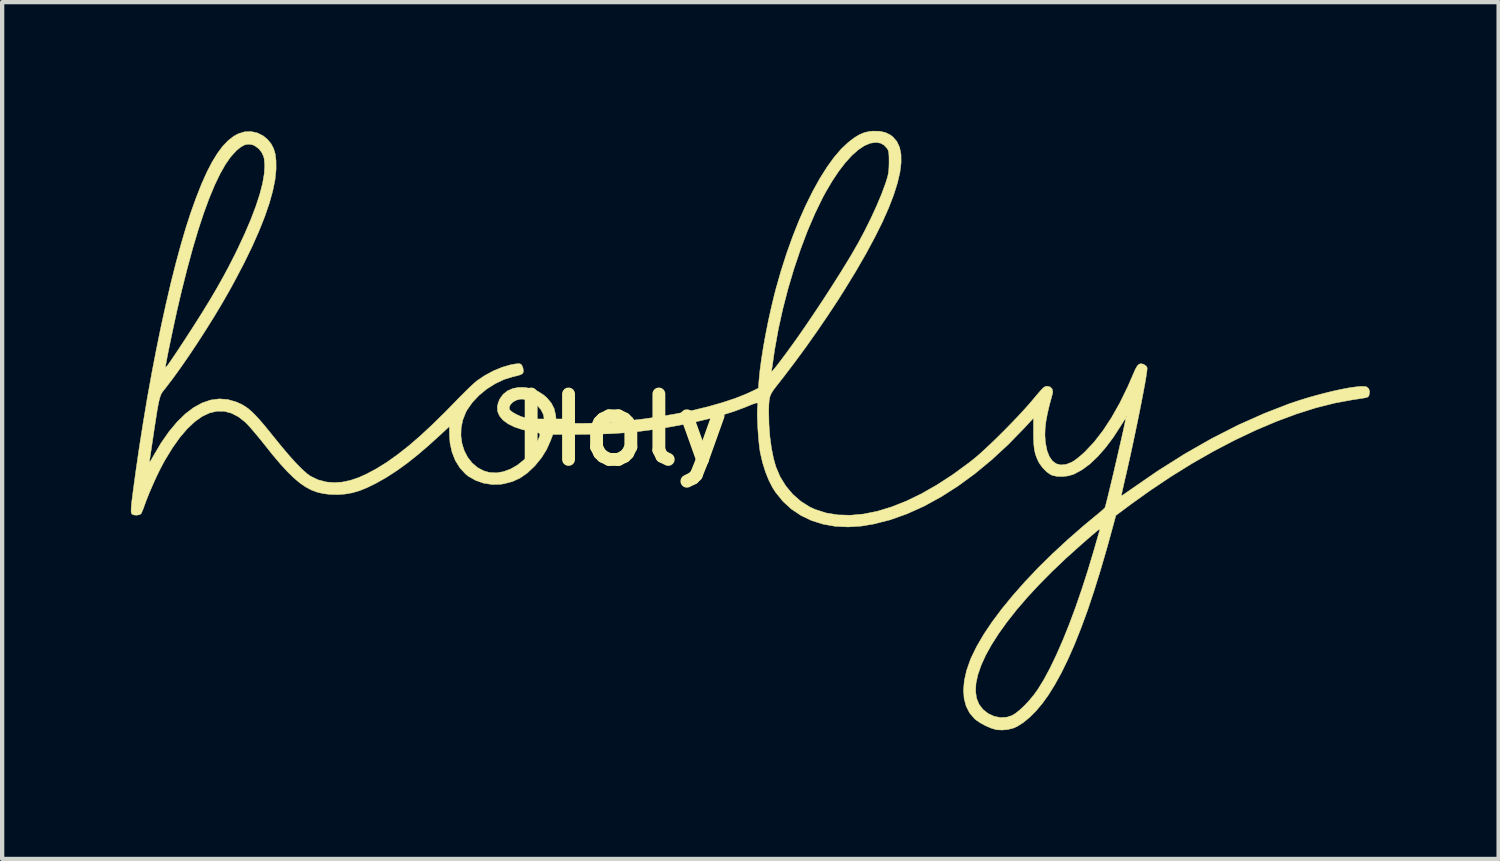
<source format=kicad_pcb>
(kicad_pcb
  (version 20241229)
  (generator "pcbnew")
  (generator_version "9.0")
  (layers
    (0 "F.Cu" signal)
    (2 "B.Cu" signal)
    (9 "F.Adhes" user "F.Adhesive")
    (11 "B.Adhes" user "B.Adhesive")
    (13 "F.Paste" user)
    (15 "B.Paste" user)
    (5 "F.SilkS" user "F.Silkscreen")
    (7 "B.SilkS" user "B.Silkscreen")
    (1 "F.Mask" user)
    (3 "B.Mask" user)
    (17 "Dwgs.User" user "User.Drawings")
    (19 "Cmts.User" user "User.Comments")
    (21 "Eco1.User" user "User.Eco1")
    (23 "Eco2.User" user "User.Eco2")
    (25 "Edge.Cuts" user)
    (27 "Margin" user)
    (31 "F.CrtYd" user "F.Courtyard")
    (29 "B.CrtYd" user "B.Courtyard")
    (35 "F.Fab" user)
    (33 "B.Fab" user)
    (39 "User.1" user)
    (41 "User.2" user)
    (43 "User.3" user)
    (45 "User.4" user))
  (footprint "Holy"
    (layer "F.Cu")
    (at 11.431 6.965)
    (property "Reference" "Holy" (at 0 0 0) (layer "F.SilkS") (effects (font (size 1.524 1.524) (thickness 0.3))))
    (attr through_hole)
    (fp_poly (pts (xy 6.016 -6.957) (xy 6.151 -6.927) (xy 6.266 -6.87) (xy 6.323 -6.826) (xy 6.416 -6.719) (xy 6.48 -6.582) (xy 6.513 -6.417) (xy 6.515 -6.223) (xy 6.488 -6.002) (xy 6.43 -5.753) (xy 6.343 -5.476) (xy 6.226 -5.173) (xy 6.08 -4.844) (xy 5.903 -4.488) (xy 5.698 -4.107) (xy 5.463 -3.7) (xy 5.199 -3.268) (xy 5.053 -3.037) (xy 4.817 -2.678) (xy 4.565 -2.309) (xy 4.305 -1.94) (xy 4.043 -1.583) (xy 3.788 -1.247) (xy 3.665 -1.09) (xy 3.584 -0.987) (xy 3.524 -0.905) (xy 3.483 -0.834) (xy 3.456 -0.764) (xy 3.441 -0.685) (xy 3.434 -0.588) (xy 3.431 -0.462) (xy 3.431 -0.402) (xy 3.437 -0.117) (xy 3.458 0.162) (xy 3.494 0.426) (xy 3.542 0.666) (xy 3.596 0.858) (xy 3.696 1.094) (xy 3.83 1.31) (xy 3.992 1.503) (xy 4.18 1.667) (xy 4.388 1.798) (xy 4.51 1.854) (xy 4.768 1.937) (xy 5.043 1.982) (xy 5.335 1.99) (xy 5.641 1.962) (xy 5.962 1.897) (xy 6.294 1.796) (xy 6.637 1.66) (xy 6.99 1.489) (xy 7.351 1.283) (xy 7.719 1.044) (xy 8.093 0.77) (xy 8.204 0.683) (xy 8.312 0.593) (xy 8.442 0.476) (xy 8.589 0.338) (xy 8.747 0.186) (xy 8.91 0.024) (xy 9.072 -0.141) (xy 9.229 -0.305) (xy 9.374 -0.461) (xy 9.502 -0.604) (xy 9.587 -0.704) (xy 9.678 -0.813) (xy 9.747 -0.893) (xy 9.798 -0.949) (xy 9.836 -0.985) (xy 9.866 -1.005) (xy 9.892 -1.014) (xy 9.918 -1.016) (xy 9.99 -0.999) (xy 10.034 -0.953) (xy 10.049 -0.883) (xy 10.039 -0.829) (xy 9.973 -0.587) (xy 9.924 -0.378) (xy 9.89 -0.195) (xy 9.871 -0.031) (xy 9.866 0.12) (xy 9.875 0.263) (xy 9.881 0.312) (xy 9.916 0.487) (xy 9.97 0.625) (xy 10.043 0.727) (xy 10.132 0.792) (xy 10.238 0.818) (xy 10.358 0.806) (xy 10.491 0.754) (xy 10.505 0.747) (xy 10.565 0.708) (xy 10.644 0.648) (xy 10.731 0.574) (xy 10.803 0.508) (xy 11.014 0.283) (xy 11.22 0.017) (xy 11.42 -0.288) (xy 11.431 -0.307) (xy 11.748 -0.307) (xy 11.758 -0.296) (xy 11.769 -0.307) (xy 11.758 -0.318) (xy 11.748 -0.307) (xy 11.431 -0.307) (xy 11.613 -0.631) (xy 11.798 -1.009) (xy 11.928 -1.309) (xy 11.976 -1.418) (xy 12.018 -1.489) (xy 12.058 -1.529) (xy 12.103 -1.541) (xy 12.156 -1.53) (xy 12.17 -1.524) (xy 12.224 -1.487) (xy 12.248 -1.446) (xy 12.247 -1.41) (xy 12.238 -1.337) (xy 12.222 -1.23) (xy 12.199 -1.093) (xy 12.169 -0.931) (xy 12.134 -0.748) (xy 12.095 -0.547) (xy 12.052 -0.332) (xy 12.006 -0.108) (xy 11.958 0.123) (xy 11.909 0.355) (xy 11.859 0.585) (xy 11.809 0.808) (xy 11.761 1.022) (xy 11.735 1.13) (xy 11.707 1.254) (xy 11.682 1.363) (xy 11.663 1.451) (xy 11.651 1.511) (xy 11.647 1.537) (xy 11.648 1.537) (xy 11.666 1.528) (xy 11.712 1.499) (xy 11.778 1.453) (xy 11.858 1.397) (xy 11.858 1.397) (xy 12.495 0.958) (xy 13.126 0.56) (xy 13.751 0.204) (xy 14.371 -0.112) (xy 14.987 -0.386) (xy 15.552 -0.605) (xy 15.753 -0.673) (xy 15.96 -0.738) (xy 16.17 -0.798) (xy 16.378 -0.853) (xy 16.578 -0.902) (xy 16.766 -0.943) (xy 16.938 -0.976) (xy 17.089 -0.998) (xy 17.213 -1.011) (xy 17.307 -1.012) (xy 17.364 -1) (xy 17.412 -0.957) (xy 17.432 -0.892) (xy 17.421 -0.817) (xy 17.421 -0.816) (xy 17.412 -0.793) (xy 17.402 -0.776) (xy 17.385 -0.763) (xy 17.355 -0.752) (xy 17.305 -0.742) (xy 17.229 -0.729) (xy 17.121 -0.713) (xy 17.038 -0.701) (xy 16.622 -0.624) (xy 16.184 -0.514) (xy 15.729 -0.37) (xy 15.26 -0.196) (xy 14.779 0.008) (xy 14.289 0.24) (xy 13.794 0.499) (xy 13.296 0.783) (xy 12.798 1.092) (xy 12.304 1.423) (xy 11.863 1.739) (xy 11.518 1.996) (xy 11.472 2.168) (xy 11.316 2.737) (xy 11.162 3.266) (xy 11.01 3.755) (xy 10.859 4.206) (xy 10.707 4.62) (xy 10.556 4.999) (xy 10.404 5.345) (xy 10.251 5.658) (xy 10.096 5.939) (xy 9.948 6.177) (xy 9.808 6.372) (xy 9.661 6.547) (xy 9.511 6.698) (xy 9.362 6.821) (xy 9.219 6.911) (xy 9.126 6.952) (xy 9.007 6.982) (xy 8.874 6.995) (xy 8.751 6.989) (xy 8.722 6.984) (xy 8.612 6.951) (xy 8.488 6.897) (xy 8.366 6.832) (xy 8.262 6.762) (xy 8.225 6.73) (xy 8.111 6.597) (xy 8.031 6.44) (xy 7.983 6.261) (xy 7.971 6.09) (xy 8.25 6.09) (xy 8.273 6.252) (xy 8.33 6.394) (xy 8.421 6.514) (xy 8.545 6.612) (xy 8.684 6.676) (xy 8.83 6.704) (xy 8.977 6.696) (xy 9.101 6.656) (xy 9.186 6.603) (xy 9.287 6.522) (xy 9.396 6.419) (xy 9.506 6.3) (xy 9.611 6.173) (xy 9.703 6.045) (xy 9.704 6.043) (xy 9.844 5.815) (xy 9.987 5.548) (xy 10.133 5.244) (xy 10.281 4.907) (xy 10.429 4.54) (xy 10.576 4.146) (xy 10.721 3.727) (xy 10.863 3.287) (xy 11.001 2.828) (xy 11.017 2.773) (xy 11.053 2.646) (xy 11.086 2.532) (xy 11.113 2.438) (xy 11.133 2.37) (xy 11.144 2.335) (xy 11.145 2.333) (xy 11.147 2.32) (xy 11.14 2.317) (xy 11.12 2.328) (xy 11.084 2.354) (xy 11.03 2.399) (xy 10.953 2.464) (xy 10.852 2.551) (xy 10.722 2.665) (xy 10.707 2.678) (xy 10.356 2.993) (xy 10.029 3.304) (xy 9.727 3.61) (xy 9.451 3.908) (xy 9.201 4.199) (xy 8.979 4.481) (xy 8.785 4.752) (xy 8.619 5.012) (xy 8.483 5.258) (xy 8.378 5.491) (xy 8.303 5.708) (xy 8.26 5.908) (xy 8.25 6.09) (xy 7.971 6.09) (xy 7.969 6.061) (xy 7.988 5.843) (xy 8.04 5.61) (xy 8.126 5.364) (xy 8.149 5.308) (xy 8.277 5.046) (xy 8.44 4.767) (xy 8.636 4.475) (xy 8.864 4.17) (xy 9.121 3.857) (xy 9.404 3.537) (xy 9.712 3.212) (xy 10.043 2.887) (xy 10.394 2.562) (xy 10.762 2.24) (xy 11.039 2.011) (xy 11.12 1.945) (xy 11.189 1.886) (xy 11.239 1.84) (xy 11.263 1.815) (xy 11.264 1.814) (xy 11.274 1.785) (xy 11.291 1.719) (xy 11.316 1.623) (xy 11.346 1.5) (xy 11.381 1.355) (xy 11.42 1.194) (xy 11.461 1.021) (xy 11.503 0.841) (xy 11.545 0.66) (xy 11.586 0.481) (xy 11.625 0.311) (xy 11.661 0.154) (xy 11.692 0.015) (xy 11.717 -0.101) (xy 11.735 -0.189) (xy 11.746 -0.244) (xy 11.748 -0.26) (xy 11.737 -0.252) (xy 11.71 -0.215) (xy 11.671 -0.154) (xy 11.636 -0.098) (xy 11.459 0.175) (xy 11.277 0.417) (xy 11.094 0.625) (xy 10.911 0.798) (xy 10.73 0.932) (xy 10.553 1.027) (xy 10.523 1.04) (xy 10.4 1.074) (xy 10.268 1.089) (xy 10.142 1.084) (xy 10.034 1.059) (xy 10 1.044) (xy 9.906 0.978) (xy 9.814 0.885) (xy 9.738 0.781) (xy 9.718 0.746) (xy 9.674 0.651) (xy 9.642 0.559) (xy 9.62 0.458) (xy 9.607 0.341) (xy 9.6 0.198) (xy 9.599 0.07) (xy 9.599 -0.273) (xy 9.389 -0.046) (xy 9.009 0.344) (xy 8.622 0.701) (xy 8.231 1.024) (xy 7.837 1.312) (xy 7.442 1.564) (xy 7.047 1.78) (xy 6.654 1.957) (xy 6.265 2.096) (xy 5.88 2.194) (xy 5.589 2.243) (xy 5.277 2.263) (xy 4.977 2.248) (xy 4.693 2.197) (xy 4.427 2.113) (xy 4.181 1.995) (xy 3.957 1.845) (xy 3.76 1.665) (xy 3.59 1.454) (xy 3.522 1.349) (xy 3.433 1.176) (xy 3.353 0.976) (xy 3.286 0.76) (xy 3.236 0.542) (xy 3.228 0.501) (xy 3.213 0.393) (xy 3.199 0.261) (xy 3.187 0.113) (xy 3.176 -0.04) (xy 3.169 -0.189) (xy 3.164 -0.325) (xy 3.164 -0.438) (xy 3.168 -0.52) (xy 3.168 -0.527) (xy 3.174 -0.573) (xy 3.176 -0.605) (xy 3.169 -0.623) (xy 3.148 -0.627) (xy 3.106 -0.616) (xy 3.038 -0.591) (xy 2.94 -0.551) (xy 2.861 -0.519) (xy 2.62 -0.429) (xy 2.342 -0.342) (xy 2.034 -0.258) (xy 1.703 -0.179) (xy 1.354 -0.108) (xy 1.111 -0.064) (xy 0.758 -0.008) (xy 0.42 0.036) (xy 0.086 0.068) (xy -0.255 0.09) (xy -0.615 0.102) (xy -0.993 0.106) (xy -1.598 0.106) (xy -1.656 0.26) (xy -1.747 0.463) (xy -1.863 0.649) (xy -2.011 0.83) (xy -2.035 0.855) (xy -2.198 1.009) (xy -2.364 1.124) (xy -2.541 1.205) (xy -2.735 1.256) (xy -2.818 1.269) (xy -3.015 1.274) (xy -3.212 1.243) (xy -3.399 1.178) (xy -3.567 1.082) (xy -3.634 1.029) (xy -3.765 0.887) (xy -3.871 0.716) (xy -3.948 0.522) (xy -3.995 0.311) (xy -4.008 0.135) (xy -4.011 -0.079) (xy -4.218 0.114) (xy -4.495 0.365) (xy -4.752 0.585) (xy -4.994 0.777) (xy -5.225 0.944) (xy -5.45 1.09) (xy -5.507 1.125) (xy -5.728 1.249) (xy -5.925 1.346) (xy -6.105 1.419) (xy -6.275 1.468) (xy -6.442 1.497) (xy -6.612 1.509) (xy -6.625 1.509) (xy -6.79 1.505) (xy -6.942 1.487) (xy -7.086 1.454) (xy -7.224 1.403) (xy -7.359 1.331) (xy -7.496 1.237) (xy -7.638 1.117) (xy -7.787 0.971) (xy -7.949 0.794) (xy -8.125 0.586) (xy -8.299 0.368) (xy -8.398 0.244) (xy -8.496 0.125) (xy -8.588 0.016) (xy -8.668 -0.076) (xy -8.732 -0.145) (xy -8.762 -0.175) (xy -8.924 -0.303) (xy -9.089 -0.388) (xy -9.256 -0.432) (xy -9.425 -0.434) (xy -9.596 -0.394) (xy -9.768 -0.314) (xy -9.941 -0.191) (xy -10.115 -0.028) (xy -10.289 0.175) (xy -10.463 0.42) (xy -10.637 0.705) (xy -10.676 0.775) (xy -10.755 0.926) (xy -10.84 1.101) (xy -10.924 1.287) (xy -11.003 1.47) (xy -11.07 1.639) (xy -11.108 1.741) (xy -11.138 1.827) (xy -11.168 1.899) (xy -11.19 1.947) (xy -11.197 1.958) (xy -11.238 1.98) (xy -11.299 1.989) (xy -11.361 1.984) (xy -11.404 1.965) (xy -11.405 1.964) (xy -11.415 1.95) (xy -11.422 1.929) (xy -11.426 1.898) (xy -11.426 1.852) (xy -11.422 1.788) (xy -11.414 1.701) (xy -11.4 1.588) (xy -11.382 1.446) (xy -11.358 1.27) (xy -11.329 1.056) (xy -11.325 1.024) (xy -11.239 0.43) (xy -11.146 -0.16) (xy -11.049 -0.742) (xy -10.946 -1.312) (xy -10.917 -1.464) (xy -10.626 -1.464) (xy -10.622 -1.456) (xy -10.61 -1.464) (xy -10.587 -1.489) (xy -10.552 -1.536) (xy -10.503 -1.606) (xy -10.438 -1.702) (xy -10.354 -1.827) (xy -10.251 -1.984) (xy -10.191 -2.074) (xy -9.973 -2.411) (xy -9.777 -2.72) (xy -9.6 -3.008) (xy -9.439 -3.281) (xy -9.29 -3.545) (xy -9.15 -3.806) (xy -9.015 -4.07) (xy -8.942 -4.219) (xy -8.776 -4.575) (xy -8.634 -4.907) (xy -8.518 -5.214) (xy -8.427 -5.493) (xy -8.362 -5.745) (xy -8.324 -5.968) (xy -8.312 -6.161) (xy -8.327 -6.323) (xy -8.339 -6.37) (xy -8.384 -6.467) (xy -8.456 -6.554) (xy -8.545 -6.619) (xy -8.604 -6.644) (xy -8.692 -6.656) (xy -8.776 -6.641) (xy -8.863 -6.595) (xy -8.962 -6.516) (xy -8.98 -6.499) (xy -9.105 -6.361) (xy -9.23 -6.182) (xy -9.355 -5.961) (xy -9.481 -5.699) (xy -9.607 -5.395) (xy -9.734 -5.049) (xy -9.862 -4.661) (xy -9.99 -4.231) (xy -10.118 -3.759) (xy -10.248 -3.245) (xy -10.329 -2.9) (xy -10.36 -2.766) (xy -10.393 -2.615) (xy -10.428 -2.454) (xy -10.463 -2.289) (xy -10.498 -2.124) (xy -10.531 -1.965) (xy -10.561 -1.819) (xy -10.586 -1.69) (xy -10.606 -1.585) (xy -10.62 -1.509) (xy -10.626 -1.467) (xy -10.626 -1.464) (xy -10.917 -1.464) (xy -10.839 -1.868) (xy -10.729 -2.405) (xy -10.616 -2.921) (xy -10.502 -3.411) (xy -10.386 -3.873) (xy -10.269 -4.303) (xy -10.153 -4.698) (xy -10.038 -5.054) (xy -10.036 -5.059) (xy -9.909 -5.413) (xy -9.785 -5.727) (xy -9.662 -6.002) (xy -9.54 -6.238) (xy -9.417 -6.439) (xy -9.294 -6.605) (xy -9.168 -6.737) (xy -9.039 -6.838) (xy -8.933 -6.897) (xy -8.784 -6.944) (xy -8.632 -6.95) (xy -8.484 -6.918) (xy -8.346 -6.848) (xy -8.251 -6.77) (xy -8.167 -6.669) (xy -8.106 -6.555) (xy -8.067 -6.423) (xy -8.049 -6.266) (xy -8.048 -6.076) (xy -8.049 -6.056) (xy -8.073 -5.826) (xy -8.126 -5.566) (xy -8.206 -5.279) (xy -8.314 -4.965) (xy -8.449 -4.626) (xy -8.61 -4.264) (xy -8.797 -3.88) (xy -9.009 -3.476) (xy -9.133 -3.249) (xy -9.304 -2.951) (xy -9.488 -2.644) (xy -9.681 -2.335) (xy -9.878 -2.029) (xy -10.075 -1.733) (xy -10.269 -1.453) (xy -10.454 -1.197) (xy -10.627 -0.97) (xy -10.684 -0.898) (xy -10.706 -0.869) (xy -10.725 -0.835) (xy -10.743 -0.792) (xy -10.76 -0.737) (xy -10.778 -0.666) (xy -10.797 -0.574) (xy -10.818 -0.457) (xy -10.841 -0.311) (xy -10.869 -0.132) (xy -10.902 0.083) (xy -10.91 0.141) (xy -10.932 0.287) (xy -10.952 0.422) (xy -10.97 0.541) (xy -10.984 0.635) (xy -10.993 0.699) (xy -10.997 0.72) (xy -10.999 0.748) (xy -10.991 0.748) (xy -10.97 0.719) (xy -10.933 0.657) (xy -10.909 0.614) (xy -10.729 0.309) (xy -10.544 0.043) (xy -10.354 -0.184) (xy -10.162 -0.372) (xy -9.967 -0.52) (xy -9.77 -0.627) (xy -9.571 -0.695) (xy -9.372 -0.721) (xy -9.173 -0.706) (xy -8.974 -0.649) (xy -8.845 -0.59) (xy -8.77 -0.545) (xy -8.695 -0.492) (xy -8.617 -0.425) (xy -8.532 -0.341) (xy -8.436 -0.237) (xy -8.325 -0.108) (xy -8.196 0.05) (xy -8.104 0.164) (xy -7.909 0.404) (xy -7.734 0.61) (xy -7.578 0.782) (xy -7.443 0.919) (xy -7.328 1.021) (xy -7.25 1.078) (xy -7.071 1.165) (xy -6.873 1.216) (xy -6.689 1.23) (xy -6.504 1.217) (xy -6.318 1.178) (xy -6.121 1.111) (xy -5.937 1.028) (xy -5.704 0.903) (xy -5.464 0.753) (xy -5.216 0.577) (xy -4.957 0.373) (xy -4.685 0.138) (xy -4.398 -0.129) (xy -4.093 -0.429) (xy -3.905 -0.622) (xy -3.791 -0.739) (xy -3.679 -0.851) (xy -3.575 -0.954) (xy -3.483 -1.041) (xy -3.41 -1.108) (xy -3.365 -1.145) (xy -3.183 -1.267) (xy -2.986 -1.373) (xy -2.783 -1.457) (xy -2.588 -1.514) (xy -2.473 -1.535) (xy -2.404 -1.541) (xy -2.363 -1.538) (xy -2.337 -1.522) (xy -2.32 -1.5) (xy -2.296 -1.443) (xy -2.286 -1.381) (xy -2.289 -1.342) (xy -2.304 -1.313) (xy -2.337 -1.291) (xy -2.396 -1.27) (xy -2.487 -1.247) (xy -2.527 -1.238) (xy -2.737 -1.173) (xy -2.944 -1.075) (xy -3.141 -0.95) (xy -3.32 -0.803) (xy -3.474 -0.64) (xy -3.596 -0.466) (xy -3.628 -0.408) (xy -3.699 -0.227) (xy -3.736 -0.043) (xy -3.741 0.141) (xy -3.716 0.32) (xy -3.663 0.488) (xy -3.584 0.64) (xy -3.48 0.772) (xy -3.354 0.88) (xy -3.207 0.957) (xy -3.079 0.993) (xy -2.916 1.003) (xy -2.748 0.974) (xy -2.581 0.912) (xy -2.419 0.818) (xy -2.267 0.695) (xy -2.132 0.549) (xy -2.018 0.38) (xy -1.971 0.289) (xy -1.927 0.196) (xy -1.903 0.134) (xy -1.902 0.096) (xy -1.93 0.073) (xy -1.989 0.057) (xy -2.085 0.041) (xy -2.105 0.038) (xy -2.313 -0.006) (xy -2.493 -0.066) (xy -2.643 -0.14) (xy -2.76 -0.226) (xy -2.842 -0.323) (xy -2.887 -0.428) (xy -2.892 -0.533) (xy -2.614 -0.533) (xy -2.612 -0.478) (xy -2.582 -0.443) (xy -2.523 -0.4) (xy -2.443 -0.356) (xy -2.353 -0.315) (xy -2.328 -0.306) (xy -2.273 -0.289) (xy -2.189 -0.268) (xy -2.09 -0.245) (xy -1.986 -0.223) (xy -1.892 -0.205) (xy -1.82 -0.193) (xy -1.815 -0.192) (xy -1.803 -0.209) (xy -1.799 -0.238) (xy -1.82 -0.356) (xy -1.875 -0.467) (xy -1.959 -0.565) (xy -2.063 -0.643) (xy -2.182 -0.695) (xy -2.307 -0.716) (xy -2.365 -0.714) (xy -2.452 -0.691) (xy -2.527 -0.649) (xy -2.584 -0.594) (xy -2.614 -0.533) (xy -2.892 -0.533) (xy -2.892 -0.54) (xy -2.892 -0.541) (xy -2.874 -0.623) (xy -2.844 -0.704) (xy -2.838 -0.716) (xy -2.76 -0.826) (xy -2.655 -0.909) (xy -2.531 -0.963) (xy -2.392 -0.989) (xy -2.245 -0.987) (xy -2.095 -0.957) (xy -1.949 -0.898) (xy -1.812 -0.81) (xy -1.735 -0.742) (xy -1.634 -0.621) (xy -1.569 -0.493) (xy -1.535 -0.345) (xy -1.531 -0.31) (xy -1.518 -0.174) (xy -1.423 -0.161) (xy -1.346 -0.155) (xy -1.236 -0.151) (xy -1.099 -0.149) (xy -0.943 -0.149) (xy -0.777 -0.152) (xy -0.608 -0.157) (xy -0.445 -0.163) (xy -0.328 -0.17) (xy 0.08 -0.203) (xy 0.486 -0.249) (xy 0.887 -0.306) (xy 1.277 -0.374) (xy 1.652 -0.451) (xy 2.008 -0.537) (xy 2.339 -0.631) (xy 2.64 -0.73) (xy 2.908 -0.836) (xy 3.071 -0.912) (xy 3.19 -0.971) (xy 3.204 -1.158) (xy 3.222 -1.344) (xy 3.491 -1.344) (xy 3.557 -1.418) (xy 3.59 -1.458) (xy 3.643 -1.526) (xy 3.71 -1.614) (xy 3.787 -1.717) (xy 3.869 -1.827) (xy 3.878 -1.84) (xy 4.067 -2.101) (xy 4.27 -2.392) (xy 4.481 -2.703) (xy 4.695 -3.025) (xy 4.905 -3.35) (xy 5.107 -3.668) (xy 5.294 -3.973) (xy 5.355 -4.075) (xy 5.517 -4.356) (xy 5.672 -4.647) (xy 5.816 -4.938) (xy 5.947 -5.223) (xy 6.06 -5.493) (xy 6.152 -5.742) (xy 6.184 -5.842) (xy 6.208 -5.928) (xy 6.223 -6.012) (xy 6.231 -6.107) (xy 6.234 -6.227) (xy 6.234 -6.248) (xy 6.233 -6.357) (xy 6.229 -6.433) (xy 6.222 -6.485) (xy 6.21 -6.522) (xy 6.191 -6.552) (xy 6.19 -6.554) (xy 6.117 -6.634) (xy 6.038 -6.679) (xy 5.94 -6.696) (xy 5.922 -6.696) (xy 5.795 -6.678) (xy 5.659 -6.62) (xy 5.516 -6.524) (xy 5.368 -6.393) (xy 5.217 -6.227) (xy 5.064 -6.029) (xy 4.911 -5.8) (xy 4.759 -5.542) (xy 4.692 -5.419) (xy 4.511 -5.047) (xy 4.336 -4.641) (xy 4.172 -4.207) (xy 4.019 -3.753) (xy 3.88 -3.286) (xy 3.758 -2.814) (xy 3.654 -2.343) (xy 3.571 -1.88) (xy 3.546 -1.714) (xy 3.532 -1.611) (xy 3.518 -1.517) (xy 3.507 -1.444) (xy 3.501 -1.408) (xy 3.491 -1.344) (xy 3.222 -1.344) (xy 3.226 -1.385) (xy 3.261 -1.644) (xy 3.305 -1.927) (xy 3.359 -2.225) (xy 3.42 -2.531) (xy 3.487 -2.835) (xy 3.558 -3.131) (xy 3.599 -3.29) (xy 3.72 -3.713) (xy 3.851 -4.121) (xy 3.992 -4.513) (xy 4.14 -4.885) (xy 4.295 -5.234) (xy 4.456 -5.558) (xy 4.62 -5.854) (xy 4.787 -6.119) (xy 4.954 -6.35) (xy 5.121 -6.545) (xy 5.283 -6.697) (xy 5.421 -6.803) (xy 5.544 -6.878) (xy 5.662 -6.927) (xy 5.782 -6.953) (xy 5.855 -6.96) (xy 6.016 -6.957)) (stroke (width 0.01) (type solid)) (fill yes) (layer "F.SilkS")))
  (gr_rect
    (start -3 -3)
    (end 31.868 16.964)
    (stroke (width 0.1) (type default))
    (fill no)
    (layer "Edge.Cuts")))
</source>
